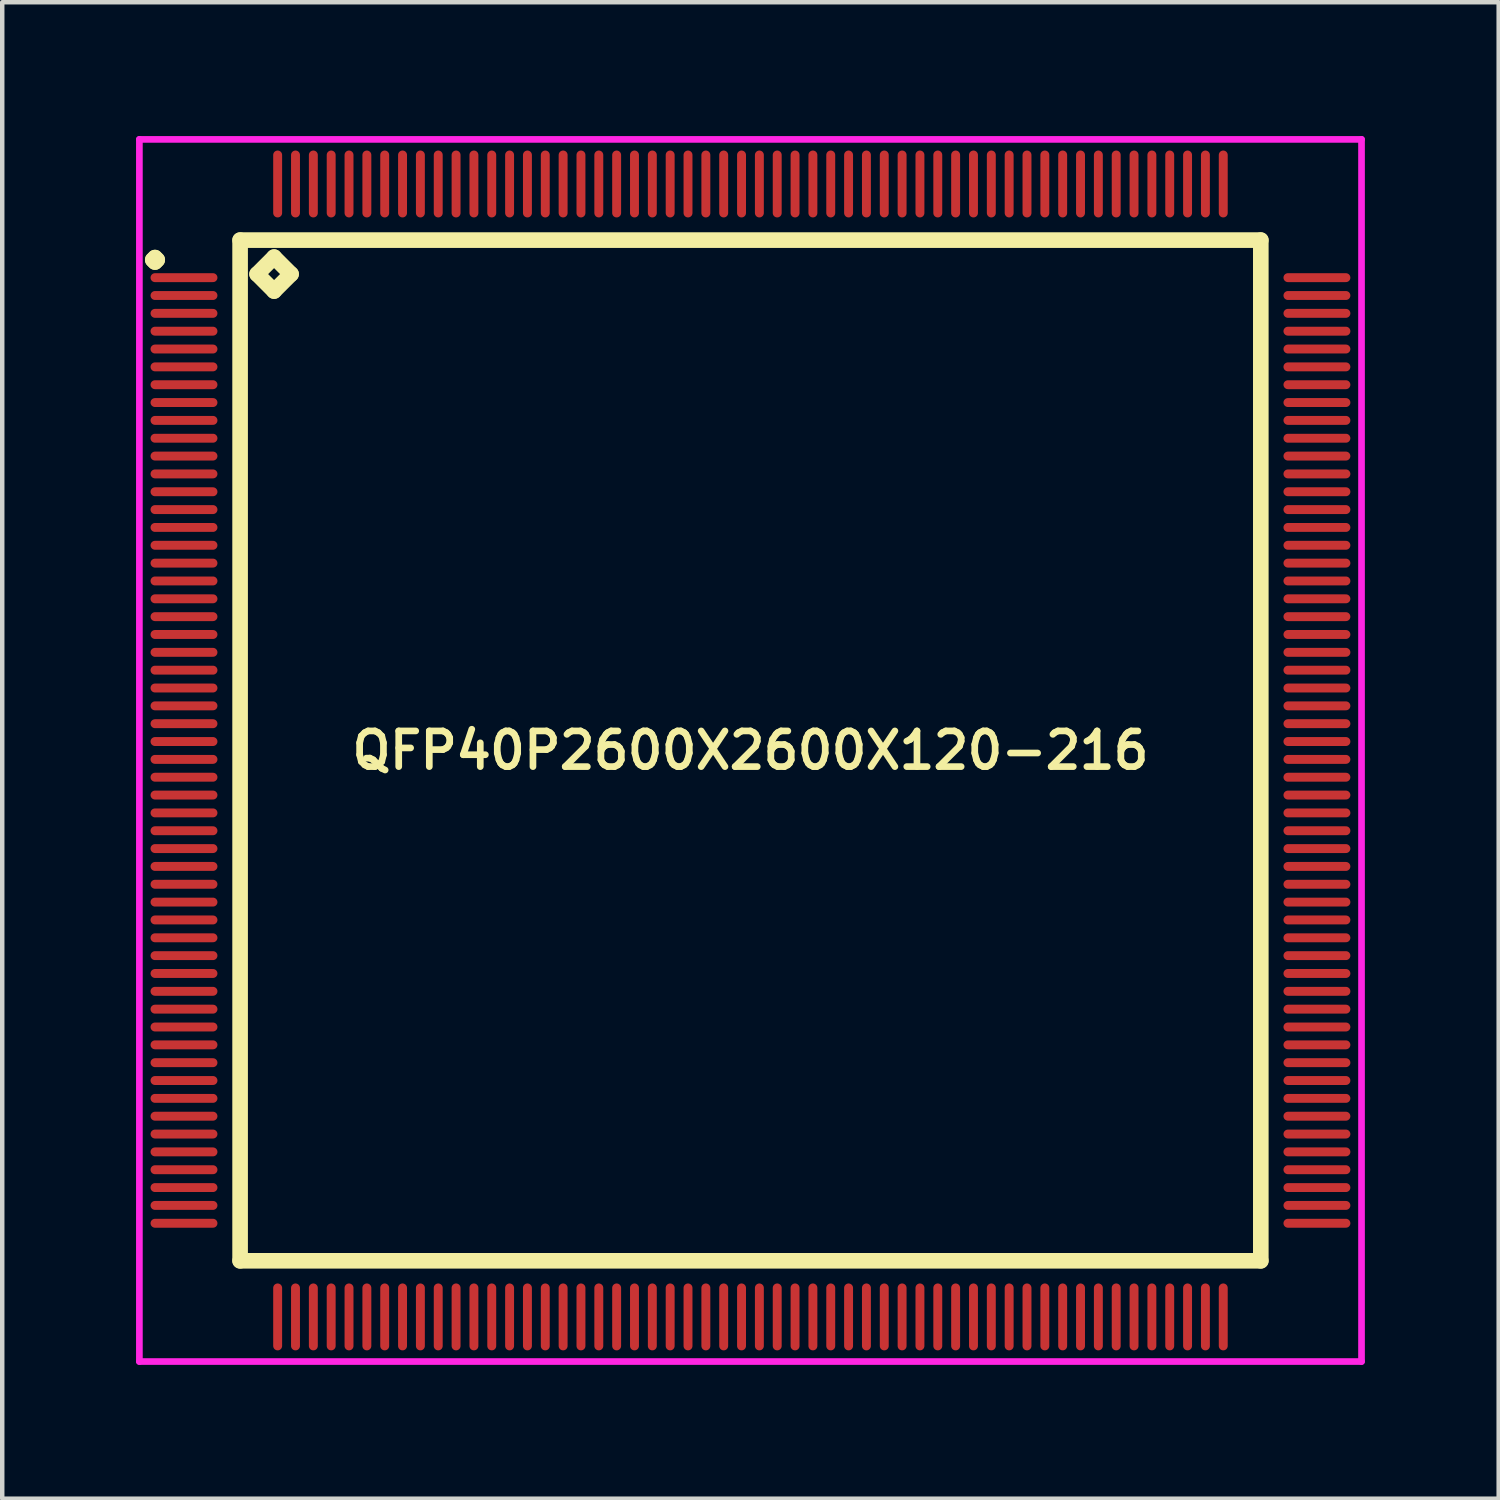
<source format=kicad_pcb>
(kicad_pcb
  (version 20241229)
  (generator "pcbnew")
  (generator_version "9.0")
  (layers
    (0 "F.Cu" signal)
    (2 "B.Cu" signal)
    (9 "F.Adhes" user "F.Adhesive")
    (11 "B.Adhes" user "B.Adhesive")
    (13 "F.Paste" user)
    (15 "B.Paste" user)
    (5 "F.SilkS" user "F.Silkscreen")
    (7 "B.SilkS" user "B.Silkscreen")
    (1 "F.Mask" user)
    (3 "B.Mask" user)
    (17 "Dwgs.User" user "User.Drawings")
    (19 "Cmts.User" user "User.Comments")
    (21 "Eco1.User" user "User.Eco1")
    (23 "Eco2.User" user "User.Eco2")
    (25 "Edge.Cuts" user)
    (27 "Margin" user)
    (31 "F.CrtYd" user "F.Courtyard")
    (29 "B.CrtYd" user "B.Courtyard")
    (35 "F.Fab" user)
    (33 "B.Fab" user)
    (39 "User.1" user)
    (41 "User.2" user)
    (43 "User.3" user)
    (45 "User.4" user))
  (footprint "QFP40P2600X2600X120-216"
    (layer "F.Cu")
    (at 13.775 13.775)
    (property "Reference" "QFP40P2600X2600X120-216" (at 0 0 0) (layer "F.SilkS") (effects (font (size 0.8 0.8) (thickness 0.15))))
    (attr smd)
    (fp_line (start -13.4 -11) (end -13.35 -11.05) (stroke (width 0.35) (type solid)) (layer "F.SilkS"))
    (fp_line (start -13.35 -11.05) (end -13.3 -11) (stroke (width 0.35) (type solid)) (layer "F.SilkS"))
    (fp_line (start -13.35 -10.95) (end -13.4 -11) (stroke (width 0.35) (type solid)) (layer "F.SilkS"))
    (fp_line (start -13.3 -11) (end -13.35 -10.95) (stroke (width 0.35) (type solid)) (layer "F.SilkS"))
    (fp_line (start -11.442 -11.442) (end -11.442 11.442) (stroke (width 0.35) (type solid)) (layer "F.SilkS"))
    (fp_line (start -11.442 11.442) (end 11.442 11.442) (stroke (width 0.35) (type solid)) (layer "F.SilkS"))
    (fp_line (start -11.061 -10.68) (end -10.68 -11.061) (stroke (width 0.35) (type solid)) (layer "F.SilkS"))
    (fp_line (start -10.68 -11.061) (end -10.299 -10.68) (stroke (width 0.35) (type solid)) (layer "F.SilkS"))
    (fp_line (start -10.68 -10.299) (end -11.061 -10.68) (stroke (width 0.35) (type solid)) (layer "F.SilkS"))
    (fp_line (start -10.299 -10.68) (end -10.68 -10.299) (stroke (width 0.35) (type solid)) (layer "F.SilkS"))
    (fp_line (start 11.442 -11.442) (end -11.442 -11.442) (stroke (width 0.35) (type solid)) (layer "F.SilkS"))
    (fp_line (start 11.442 11.442) (end 11.442 -11.442) (stroke (width 0.35) (type solid)) (layer "F.SilkS"))
    (fp_line (start -13.7 -13.7) (end 13.7 -13.7) (stroke (width 0.15) (type solid)) (layer "F.CrtYd"))
    (fp_line (start -13.7 13.7) (end -13.7 -13.7) (stroke (width 0.15) (type solid)) (layer "F.CrtYd"))
    (fp_line (start 13.7 -13.7) (end 13.7 13.7) (stroke (width 0.15) (type solid)) (layer "F.CrtYd"))
    (fp_line (start 13.7 13.7) (end -13.7 13.7) (stroke (width 0.15) (type solid)) (layer "F.CrtYd"))
    (pad "1" smd oval (at -12.7 -10.6) (size 1.5 0.2) (layers "F.Cu" "F.Mask" "F.Paste"))
    (pad "2" smd oval (at -12.7 -10.2) (size 1.5 0.2) (layers "F.Cu" "F.Mask" "F.Paste"))
    (pad "3" smd oval (at -12.7 -9.8) (size 1.5 0.2) (layers "F.Cu" "F.Mask" "F.Paste"))
    (pad "4" smd oval (at -12.7 -9.4) (size 1.5 0.2) (layers "F.Cu" "F.Mask" "F.Paste"))
    (pad "5" smd oval (at -12.7 -9) (size 1.5 0.2) (layers "F.Cu" "F.Mask" "F.Paste"))
    (pad "6" smd oval (at -12.7 -8.6) (size 1.5 0.2) (layers "F.Cu" "F.Mask" "F.Paste"))
    (pad "7" smd oval (at -12.7 -8.2) (size 1.5 0.2) (layers "F.Cu" "F.Mask" "F.Paste"))
    (pad "8" smd oval (at -12.7 -7.8) (size 1.5 0.2) (layers "F.Cu" "F.Mask" "F.Paste"))
    (pad "9" smd oval (at -12.7 -7.4) (size 1.5 0.2) (layers "F.Cu" "F.Mask" "F.Paste"))
    (pad "10" smd oval (at -12.7 -7) (size 1.5 0.2) (layers "F.Cu" "F.Mask" "F.Paste"))
    (pad "11" smd oval (at -12.7 -6.6) (size 1.5 0.2) (layers "F.Cu" "F.Mask" "F.Paste"))
    (pad "12" smd oval (at -12.7 -6.2) (size 1.5 0.2) (layers "F.Cu" "F.Mask" "F.Paste"))
    (pad "13" smd oval (at -12.7 -5.8) (size 1.5 0.2) (layers "F.Cu" "F.Mask" "F.Paste"))
    (pad "14" smd oval (at -12.7 -5.4) (size 1.5 0.2) (layers "F.Cu" "F.Mask" "F.Paste"))
    (pad "15" smd oval (at -12.7 -5) (size 1.5 0.2) (layers "F.Cu" "F.Mask" "F.Paste"))
    (pad "16" smd oval (at -12.7 -4.6) (size 1.5 0.2) (layers "F.Cu" "F.Mask" "F.Paste"))
    (pad "17" smd oval (at -12.7 -4.2) (size 1.5 0.2) (layers "F.Cu" "F.Mask" "F.Paste"))
    (pad "18" smd oval (at -12.7 -3.8) (size 1.5 0.2) (layers "F.Cu" "F.Mask" "F.Paste"))
    (pad "19" smd oval (at -12.7 -3.4) (size 1.5 0.2) (layers "F.Cu" "F.Mask" "F.Paste"))
    (pad "20" smd oval (at -12.7 -3) (size 1.5 0.2) (layers "F.Cu" "F.Mask" "F.Paste"))
    (pad "21" smd oval (at -12.7 -2.6) (size 1.5 0.2) (layers "F.Cu" "F.Mask" "F.Paste"))
    (pad "22" smd oval (at -12.7 -2.2) (size 1.5 0.2) (layers "F.Cu" "F.Mask" "F.Paste"))
    (pad "23" smd oval (at -12.7 -1.8) (size 1.5 0.2) (layers "F.Cu" "F.Mask" "F.Paste"))
    (pad "24" smd oval (at -12.7 -1.4) (size 1.5 0.2) (layers "F.Cu" "F.Mask" "F.Paste"))
    (pad "25" smd oval (at -12.7 -1) (size 1.5 0.2) (layers "F.Cu" "F.Mask" "F.Paste"))
    (pad "26" smd oval (at -12.7 -0.6) (size 1.5 0.2) (layers "F.Cu" "F.Mask" "F.Paste"))
    (pad "27" smd oval (at -12.7 -0.2) (size 1.5 0.2) (layers "F.Cu" "F.Mask" "F.Paste"))
    (pad "28" smd oval (at -12.7 0.2) (size 1.5 0.2) (layers "F.Cu" "F.Mask" "F.Paste"))
    (pad "29" smd oval (at -12.7 0.6) (size 1.5 0.2) (layers "F.Cu" "F.Mask" "F.Paste"))
    (pad "30" smd oval (at -12.7 1) (size 1.5 0.2) (layers "F.Cu" "F.Mask" "F.Paste"))
    (pad "31" smd oval (at -12.7 1.4) (size 1.5 0.2) (layers "F.Cu" "F.Mask" "F.Paste"))
    (pad "32" smd oval (at -12.7 1.8) (size 1.5 0.2) (layers "F.Cu" "F.Mask" "F.Paste"))
    (pad "33" smd oval (at -12.7 2.2) (size 1.5 0.2) (layers "F.Cu" "F.Mask" "F.Paste"))
    (pad "34" smd oval (at -12.7 2.6) (size 1.5 0.2) (layers "F.Cu" "F.Mask" "F.Paste"))
    (pad "35" smd oval (at -12.7 3) (size 1.5 0.2) (layers "F.Cu" "F.Mask" "F.Paste"))
    (pad "36" smd oval (at -12.7 3.4) (size 1.5 0.2) (layers "F.Cu" "F.Mask" "F.Paste"))
    (pad "37" smd oval (at -12.7 3.8) (size 1.5 0.2) (layers "F.Cu" "F.Mask" "F.Paste"))
    (pad "38" smd oval (at -12.7 4.2) (size 1.5 0.2) (layers "F.Cu" "F.Mask" "F.Paste"))
    (pad "39" smd oval (at -12.7 4.6) (size 1.5 0.2) (layers "F.Cu" "F.Mask" "F.Paste"))
    (pad "40" smd oval (at -12.7 5) (size 1.5 0.2) (layers "F.Cu" "F.Mask" "F.Paste"))
    (pad "41" smd oval (at -12.7 5.4) (size 1.5 0.2) (layers "F.Cu" "F.Mask" "F.Paste"))
    (pad "42" smd oval (at -12.7 5.8) (size 1.5 0.2) (layers "F.Cu" "F.Mask" "F.Paste"))
    (pad "43" smd oval (at -12.7 6.2) (size 1.5 0.2) (layers "F.Cu" "F.Mask" "F.Paste"))
    (pad "44" smd oval (at -12.7 6.6) (size 1.5 0.2) (layers "F.Cu" "F.Mask" "F.Paste"))
    (pad "45" smd oval (at -12.7 7) (size 1.5 0.2) (layers "F.Cu" "F.Mask" "F.Paste"))
    (pad "46" smd oval (at -12.7 7.4) (size 1.5 0.2) (layers "F.Cu" "F.Mask" "F.Paste"))
    (pad "47" smd oval (at -12.7 7.8) (size 1.5 0.2) (layers "F.Cu" "F.Mask" "F.Paste"))
    (pad "48" smd oval (at -12.7 8.2) (size 1.5 0.2) (layers "F.Cu" "F.Mask" "F.Paste"))
    (pad "49" smd oval (at -12.7 8.6) (size 1.5 0.2) (layers "F.Cu" "F.Mask" "F.Paste"))
    (pad "50" smd oval (at -12.7 9) (size 1.5 0.2) (layers "F.Cu" "F.Mask" "F.Paste"))
    (pad "51" smd oval (at -12.7 9.4) (size 1.5 0.2) (layers "F.Cu" "F.Mask" "F.Paste"))
    (pad "52" smd oval (at -12.7 9.8) (size 1.5 0.2) (layers "F.Cu" "F.Mask" "F.Paste"))
    (pad "53" smd oval (at -12.7 10.2) (size 1.5 0.2) (layers "F.Cu" "F.Mask" "F.Paste"))
    (pad "54" smd oval (at -12.7 10.6) (size 1.5 0.2) (layers "F.Cu" "F.Mask" "F.Paste"))
    (pad "55" smd oval (at -10.6 12.7) (size 0.2 1.5) (layers "F.Cu" "F.Mask" "F.Paste"))
    (pad "56" smd oval (at -10.2 12.7) (size 0.2 1.5) (layers "F.Cu" "F.Mask" "F.Paste"))
    (pad "57" smd oval (at -9.8 12.7) (size 0.2 1.5) (layers "F.Cu" "F.Mask" "F.Paste"))
    (pad "58" smd oval (at -9.4 12.7) (size 0.2 1.5) (layers "F.Cu" "F.Mask" "F.Paste"))
    (pad "59" smd oval (at -9 12.7) (size 0.2 1.5) (layers "F.Cu" "F.Mask" "F.Paste"))
    (pad "60" smd oval (at -8.6 12.7) (size 0.2 1.5) (layers "F.Cu" "F.Mask" "F.Paste"))
    (pad "61" smd oval (at -8.2 12.7) (size 0.2 1.5) (layers "F.Cu" "F.Mask" "F.Paste"))
    (pad "62" smd oval (at -7.8 12.7) (size 0.2 1.5) (layers "F.Cu" "F.Mask" "F.Paste"))
    (pad "63" smd oval (at -7.4 12.7) (size 0.2 1.5) (layers "F.Cu" "F.Mask" "F.Paste"))
    (pad "64" smd oval (at -7 12.7) (size 0.2 1.5) (layers "F.Cu" "F.Mask" "F.Paste"))
    (pad "65" smd oval (at -6.6 12.7) (size 0.2 1.5) (layers "F.Cu" "F.Mask" "F.Paste"))
    (pad "66" smd oval (at -6.2 12.7) (size 0.2 1.5) (layers "F.Cu" "F.Mask" "F.Paste"))
    (pad "67" smd oval (at -5.8 12.7) (size 0.2 1.5) (layers "F.Cu" "F.Mask" "F.Paste"))
    (pad "68" smd oval (at -5.4 12.7) (size 0.2 1.5) (layers "F.Cu" "F.Mask" "F.Paste"))
    (pad "69" smd oval (at -5 12.7) (size 0.2 1.5) (layers "F.Cu" "F.Mask" "F.Paste"))
    (pad "70" smd oval (at -4.6 12.7) (size 0.2 1.5) (layers "F.Cu" "F.Mask" "F.Paste"))
    (pad "71" smd oval (at -4.2 12.7) (size 0.2 1.5) (layers "F.Cu" "F.Mask" "F.Paste"))
    (pad "72" smd oval (at -3.8 12.7) (size 0.2 1.5) (layers "F.Cu" "F.Mask" "F.Paste"))
    (pad "73" smd oval (at -3.4 12.7) (size 0.2 1.5) (layers "F.Cu" "F.Mask" "F.Paste"))
    (pad "74" smd oval (at -3 12.7) (size 0.2 1.5) (layers "F.Cu" "F.Mask" "F.Paste"))
    (pad "75" smd oval (at -2.6 12.7) (size 0.2 1.5) (layers "F.Cu" "F.Mask" "F.Paste"))
    (pad "76" smd oval (at -2.2 12.7) (size 0.2 1.5) (layers "F.Cu" "F.Mask" "F.Paste"))
    (pad "77" smd oval (at -1.8 12.7) (size 0.2 1.5) (layers "F.Cu" "F.Mask" "F.Paste"))
    (pad "78" smd oval (at -1.4 12.7) (size 0.2 1.5) (layers "F.Cu" "F.Mask" "F.Paste"))
    (pad "79" smd oval (at -1 12.7) (size 0.2 1.5) (layers "F.Cu" "F.Mask" "F.Paste"))
    (pad "80" smd oval (at -0.6 12.7) (size 0.2 1.5) (layers "F.Cu" "F.Mask" "F.Paste"))
    (pad "81" smd oval (at -0.2 12.7) (size 0.2 1.5) (layers "F.Cu" "F.Mask" "F.Paste"))
    (pad "82" smd oval (at 0.2 12.7) (size 0.2 1.5) (layers "F.Cu" "F.Mask" "F.Paste"))
    (pad "83" smd oval (at 0.6 12.7) (size 0.2 1.5) (layers "F.Cu" "F.Mask" "F.Paste"))
    (pad "84" smd oval (at 1 12.7) (size 0.2 1.5) (layers "F.Cu" "F.Mask" "F.Paste"))
    (pad "85" smd oval (at 1.4 12.7) (size 0.2 1.5) (layers "F.Cu" "F.Mask" "F.Paste"))
    (pad "86" smd oval (at 1.8 12.7) (size 0.2 1.5) (layers "F.Cu" "F.Mask" "F.Paste"))
    (pad "87" smd oval (at 2.2 12.7) (size 0.2 1.5) (layers "F.Cu" "F.Mask" "F.Paste"))
    (pad "88" smd oval (at 2.6 12.7) (size 0.2 1.5) (layers "F.Cu" "F.Mask" "F.Paste"))
    (pad "89" smd oval (at 3 12.7) (size 0.2 1.5) (layers "F.Cu" "F.Mask" "F.Paste"))
    (pad "90" smd oval (at 3.4 12.7) (size 0.2 1.5) (layers "F.Cu" "F.Mask" "F.Paste"))
    (pad "91" smd oval (at 3.8 12.7) (size 0.2 1.5) (layers "F.Cu" "F.Mask" "F.Paste"))
    (pad "92" smd oval (at 4.2 12.7) (size 0.2 1.5) (layers "F.Cu" "F.Mask" "F.Paste"))
    (pad "93" smd oval (at 4.6 12.7) (size 0.2 1.5) (layers "F.Cu" "F.Mask" "F.Paste"))
    (pad "94" smd oval (at 5 12.7) (size 0.2 1.5) (layers "F.Cu" "F.Mask" "F.Paste"))
    (pad "95" smd oval (at 5.4 12.7) (size 0.2 1.5) (layers "F.Cu" "F.Mask" "F.Paste"))
    (pad "96" smd oval (at 5.8 12.7) (size 0.2 1.5) (layers "F.Cu" "F.Mask" "F.Paste"))
    (pad "97" smd oval (at 6.2 12.7) (size 0.2 1.5) (layers "F.Cu" "F.Mask" "F.Paste"))
    (pad "98" smd oval (at 6.6 12.7) (size 0.2 1.5) (layers "F.Cu" "F.Mask" "F.Paste"))
    (pad "99" smd oval (at 7 12.7) (size 0.2 1.5) (layers "F.Cu" "F.Mask" "F.Paste"))
    (pad "100" smd oval (at 7.4 12.7) (size 0.2 1.5) (layers "F.Cu" "F.Mask" "F.Paste"))
    (pad "101" smd oval (at 7.8 12.7) (size 0.2 1.5) (layers "F.Cu" "F.Mask" "F.Paste"))
    (pad "102" smd oval (at 8.2 12.7) (size 0.2 1.5) (layers "F.Cu" "F.Mask" "F.Paste"))
    (pad "103" smd oval (at 8.6 12.7) (size 0.2 1.5) (layers "F.Cu" "F.Mask" "F.Paste"))
    (pad "104" smd oval (at 9 12.7) (size 0.2 1.5) (layers "F.Cu" "F.Mask" "F.Paste"))
    (pad "105" smd oval (at 9.4 12.7) (size 0.2 1.5) (layers "F.Cu" "F.Mask" "F.Paste"))
    (pad "106" smd oval (at 9.8 12.7) (size 0.2 1.5) (layers "F.Cu" "F.Mask" "F.Paste"))
    (pad "107" smd oval (at 10.2 12.7) (size 0.2 1.5) (layers "F.Cu" "F.Mask" "F.Paste"))
    (pad "108" smd oval (at 10.6 12.7) (size 0.2 1.5) (layers "F.Cu" "F.Mask" "F.Paste"))
    (pad "109" smd oval (at 12.7 10.6) (size 1.5 0.2) (layers "F.Cu" "F.Mask" "F.Paste"))
    (pad "110" smd oval (at 12.7 10.2) (size 1.5 0.2) (layers "F.Cu" "F.Mask" "F.Paste"))
    (pad "111" smd oval (at 12.7 9.8) (size 1.5 0.2) (layers "F.Cu" "F.Mask" "F.Paste"))
    (pad "112" smd oval (at 12.7 9.4) (size 1.5 0.2) (layers "F.Cu" "F.Mask" "F.Paste"))
    (pad "113" smd oval (at 12.7 9) (size 1.5 0.2) (layers "F.Cu" "F.Mask" "F.Paste"))
    (pad "114" smd oval (at 12.7 8.6) (size 1.5 0.2) (layers "F.Cu" "F.Mask" "F.Paste"))
    (pad "115" smd oval (at 12.7 8.2) (size 1.5 0.2) (layers "F.Cu" "F.Mask" "F.Paste"))
    (pad "116" smd oval (at 12.7 7.8) (size 1.5 0.2) (layers "F.Cu" "F.Mask" "F.Paste"))
    (pad "117" smd oval (at 12.7 7.4) (size 1.5 0.2) (layers "F.Cu" "F.Mask" "F.Paste"))
    (pad "118" smd oval (at 12.7 7) (size 1.5 0.2) (layers "F.Cu" "F.Mask" "F.Paste"))
    (pad "119" smd oval (at 12.7 6.6) (size 1.5 0.2) (layers "F.Cu" "F.Mask" "F.Paste"))
    (pad "120" smd oval (at 12.7 6.2) (size 1.5 0.2) (layers "F.Cu" "F.Mask" "F.Paste"))
    (pad "121" smd oval (at 12.7 5.8) (size 1.5 0.2) (layers "F.Cu" "F.Mask" "F.Paste"))
    (pad "122" smd oval (at 12.7 5.4) (size 1.5 0.2) (layers "F.Cu" "F.Mask" "F.Paste"))
    (pad "123" smd oval (at 12.7 5) (size 1.5 0.2) (layers "F.Cu" "F.Mask" "F.Paste"))
    (pad "124" smd oval (at 12.7 4.6) (size 1.5 0.2) (layers "F.Cu" "F.Mask" "F.Paste"))
    (pad "125" smd oval (at 12.7 4.2) (size 1.5 0.2) (layers "F.Cu" "F.Mask" "F.Paste"))
    (pad "126" smd oval (at 12.7 3.8) (size 1.5 0.2) (layers "F.Cu" "F.Mask" "F.Paste"))
    (pad "127" smd oval (at 12.7 3.4) (size 1.5 0.2) (layers "F.Cu" "F.Mask" "F.Paste"))
    (pad "128" smd oval (at 12.7 3) (size 1.5 0.2) (layers "F.Cu" "F.Mask" "F.Paste"))
    (pad "129" smd oval (at 12.7 2.6) (size 1.5 0.2) (layers "F.Cu" "F.Mask" "F.Paste"))
    (pad "130" smd oval (at 12.7 2.2) (size 1.5 0.2) (layers "F.Cu" "F.Mask" "F.Paste"))
    (pad "131" smd oval (at 12.7 1.8) (size 1.5 0.2) (layers "F.Cu" "F.Mask" "F.Paste"))
    (pad "132" smd oval (at 12.7 1.4) (size 1.5 0.2) (layers "F.Cu" "F.Mask" "F.Paste"))
    (pad "133" smd oval (at 12.7 1) (size 1.5 0.2) (layers "F.Cu" "F.Mask" "F.Paste"))
    (pad "134" smd oval (at 12.7 0.6) (size 1.5 0.2) (layers "F.Cu" "F.Mask" "F.Paste"))
    (pad "135" smd oval (at 12.7 0.2) (size 1.5 0.2) (layers "F.Cu" "F.Mask" "F.Paste"))
    (pad "136" smd oval (at 12.7 -0.2) (size 1.5 0.2) (layers "F.Cu" "F.Mask" "F.Paste"))
    (pad "137" smd oval (at 12.7 -0.6) (size 1.5 0.2) (layers "F.Cu" "F.Mask" "F.Paste"))
    (pad "138" smd oval (at 12.7 -1) (size 1.5 0.2) (layers "F.Cu" "F.Mask" "F.Paste"))
    (pad "139" smd oval (at 12.7 -1.4) (size 1.5 0.2) (layers "F.Cu" "F.Mask" "F.Paste"))
    (pad "140" smd oval (at 12.7 -1.8) (size 1.5 0.2) (layers "F.Cu" "F.Mask" "F.Paste"))
    (pad "141" smd oval (at 12.7 -2.2) (size 1.5 0.2) (layers "F.Cu" "F.Mask" "F.Paste"))
    (pad "142" smd oval (at 12.7 -2.6) (size 1.5 0.2) (layers "F.Cu" "F.Mask" "F.Paste"))
    (pad "143" smd oval (at 12.7 -3) (size 1.5 0.2) (layers "F.Cu" "F.Mask" "F.Paste"))
    (pad "144" smd oval (at 12.7 -3.4) (size 1.5 0.2) (layers "F.Cu" "F.Mask" "F.Paste"))
    (pad "145" smd oval (at 12.7 -3.8) (size 1.5 0.2) (layers "F.Cu" "F.Mask" "F.Paste"))
    (pad "146" smd oval (at 12.7 -4.2) (size 1.5 0.2) (layers "F.Cu" "F.Mask" "F.Paste"))
    (pad "147" smd oval (at 12.7 -4.6) (size 1.5 0.2) (layers "F.Cu" "F.Mask" "F.Paste"))
    (pad "148" smd oval (at 12.7 -5) (size 1.5 0.2) (layers "F.Cu" "F.Mask" "F.Paste"))
    (pad "149" smd oval (at 12.7 -5.4) (size 1.5 0.2) (layers "F.Cu" "F.Mask" "F.Paste"))
    (pad "150" smd oval (at 12.7 -5.8) (size 1.5 0.2) (layers "F.Cu" "F.Mask" "F.Paste"))
    (pad "151" smd oval (at 12.7 -6.2) (size 1.5 0.2) (layers "F.Cu" "F.Mask" "F.Paste"))
    (pad "152" smd oval (at 12.7 -6.6) (size 1.5 0.2) (layers "F.Cu" "F.Mask" "F.Paste"))
    (pad "153" smd oval (at 12.7 -7) (size 1.5 0.2) (layers "F.Cu" "F.Mask" "F.Paste"))
    (pad "154" smd oval (at 12.7 -7.4) (size 1.5 0.2) (layers "F.Cu" "F.Mask" "F.Paste"))
    (pad "155" smd oval (at 12.7 -7.8) (size 1.5 0.2) (layers "F.Cu" "F.Mask" "F.Paste"))
    (pad "156" smd oval (at 12.7 -8.2) (size 1.5 0.2) (layers "F.Cu" "F.Mask" "F.Paste"))
    (pad "157" smd oval (at 12.7 -8.6) (size 1.5 0.2) (layers "F.Cu" "F.Mask" "F.Paste"))
    (pad "158" smd oval (at 12.7 -9) (size 1.5 0.2) (layers "F.Cu" "F.Mask" "F.Paste"))
    (pad "159" smd oval (at 12.7 -9.4) (size 1.5 0.2) (layers "F.Cu" "F.Mask" "F.Paste"))
    (pad "160" smd oval (at 12.7 -9.8) (size 1.5 0.2) (layers "F.Cu" "F.Mask" "F.Paste"))
    (pad "161" smd oval (at 12.7 -10.2) (size 1.5 0.2) (layers "F.Cu" "F.Mask" "F.Paste"))
    (pad "162" smd oval (at 12.7 -10.6) (size 1.5 0.2) (layers "F.Cu" "F.Mask" "F.Paste"))
    (pad "163" smd oval (at 10.6 -12.7) (size 0.2 1.5) (layers "F.Cu" "F.Mask" "F.Paste"))
    (pad "164" smd oval (at 10.2 -12.7) (size 0.2 1.5) (layers "F.Cu" "F.Mask" "F.Paste"))
    (pad "165" smd oval (at 9.8 -12.7) (size 0.2 1.5) (layers "F.Cu" "F.Mask" "F.Paste"))
    (pad "166" smd oval (at 9.4 -12.7) (size 0.2 1.5) (layers "F.Cu" "F.Mask" "F.Paste"))
    (pad "167" smd oval (at 9 -12.7) (size 0.2 1.5) (layers "F.Cu" "F.Mask" "F.Paste"))
    (pad "168" smd oval (at 8.6 -12.7) (size 0.2 1.5) (layers "F.Cu" "F.Mask" "F.Paste"))
    (pad "169" smd oval (at 8.2 -12.7) (size 0.2 1.5) (layers "F.Cu" "F.Mask" "F.Paste"))
    (pad "170" smd oval (at 7.8 -12.7) (size 0.2 1.5) (layers "F.Cu" "F.Mask" "F.Paste"))
    (pad "171" smd oval (at 7.4 -12.7) (size 0.2 1.5) (layers "F.Cu" "F.Mask" "F.Paste"))
    (pad "172" smd oval (at 7 -12.7) (size 0.2 1.5) (layers "F.Cu" "F.Mask" "F.Paste"))
    (pad "173" smd oval (at 6.6 -12.7) (size 0.2 1.5) (layers "F.Cu" "F.Mask" "F.Paste"))
    (pad "174" smd oval (at 6.2 -12.7) (size 0.2 1.5) (layers "F.Cu" "F.Mask" "F.Paste"))
    (pad "175" smd oval (at 5.8 -12.7) (size 0.2 1.5) (layers "F.Cu" "F.Mask" "F.Paste"))
    (pad "176" smd oval (at 5.4 -12.7) (size 0.2 1.5) (layers "F.Cu" "F.Mask" "F.Paste"))
    (pad "177" smd oval (at 5 -12.7) (size 0.2 1.5) (layers "F.Cu" "F.Mask" "F.Paste"))
    (pad "178" smd oval (at 4.6 -12.7) (size 0.2 1.5) (layers "F.Cu" "F.Mask" "F.Paste"))
    (pad "179" smd oval (at 4.2 -12.7) (size 0.2 1.5) (layers "F.Cu" "F.Mask" "F.Paste"))
    (pad "180" smd oval (at 3.8 -12.7) (size 0.2 1.5) (layers "F.Cu" "F.Mask" "F.Paste"))
    (pad "181" smd oval (at 3.4 -12.7) (size 0.2 1.5) (layers "F.Cu" "F.Mask" "F.Paste"))
    (pad "182" smd oval (at 3 -12.7) (size 0.2 1.5) (layers "F.Cu" "F.Mask" "F.Paste"))
    (pad "183" smd oval (at 2.6 -12.7) (size 0.2 1.5) (layers "F.Cu" "F.Mask" "F.Paste"))
    (pad "184" smd oval (at 2.2 -12.7) (size 0.2 1.5) (layers "F.Cu" "F.Mask" "F.Paste"))
    (pad "185" smd oval (at 1.8 -12.7) (size 0.2 1.5) (layers "F.Cu" "F.Mask" "F.Paste"))
    (pad "186" smd oval (at 1.4 -12.7) (size 0.2 1.5) (layers "F.Cu" "F.Mask" "F.Paste"))
    (pad "187" smd oval (at 1 -12.7) (size 0.2 1.5) (layers "F.Cu" "F.Mask" "F.Paste"))
    (pad "188" smd oval (at 0.6 -12.7) (size 0.2 1.5) (layers "F.Cu" "F.Mask" "F.Paste"))
    (pad "189" smd oval (at 0.2 -12.7) (size 0.2 1.5) (layers "F.Cu" "F.Mask" "F.Paste"))
    (pad "190" smd oval (at -0.2 -12.7) (size 0.2 1.5) (layers "F.Cu" "F.Mask" "F.Paste"))
    (pad "191" smd oval (at -0.6 -12.7) (size 0.2 1.5) (layers "F.Cu" "F.Mask" "F.Paste"))
    (pad "192" smd oval (at -1 -12.7) (size 0.2 1.5) (layers "F.Cu" "F.Mask" "F.Paste"))
    (pad "193" smd oval (at -1.4 -12.7) (size 0.2 1.5) (layers "F.Cu" "F.Mask" "F.Paste"))
    (pad "194" smd oval (at -1.8 -12.7) (size 0.2 1.5) (layers "F.Cu" "F.Mask" "F.Paste"))
    (pad "195" smd oval (at -2.2 -12.7) (size 0.2 1.5) (layers "F.Cu" "F.Mask" "F.Paste"))
    (pad "196" smd oval (at -2.6 -12.7) (size 0.2 1.5) (layers "F.Cu" "F.Mask" "F.Paste"))
    (pad "197" smd oval (at -3 -12.7) (size 0.2 1.5) (layers "F.Cu" "F.Mask" "F.Paste"))
    (pad "198" smd oval (at -3.4 -12.7) (size 0.2 1.5) (layers "F.Cu" "F.Mask" "F.Paste"))
    (pad "199" smd oval (at -3.8 -12.7) (size 0.2 1.5) (layers "F.Cu" "F.Mask" "F.Paste"))
    (pad "200" smd oval (at -4.2 -12.7) (size 0.2 1.5) (layers "F.Cu" "F.Mask" "F.Paste"))
    (pad "201" smd oval (at -4.6 -12.7) (size 0.2 1.5) (layers "F.Cu" "F.Mask" "F.Paste"))
    (pad "202" smd oval (at -5 -12.7) (size 0.2 1.5) (layers "F.Cu" "F.Mask" "F.Paste"))
    (pad "203" smd oval (at -5.4 -12.7) (size 0.2 1.5) (layers "F.Cu" "F.Mask" "F.Paste"))
    (pad "204" smd oval (at -5.8 -12.7) (size 0.2 1.5) (layers "F.Cu" "F.Mask" "F.Paste"))
    (pad "205" smd oval (at -6.2 -12.7) (size 0.2 1.5) (layers "F.Cu" "F.Mask" "F.Paste"))
    (pad "206" smd oval (at -6.6 -12.7) (size 0.2 1.5) (layers "F.Cu" "F.Mask" "F.Paste"))
    (pad "207" smd oval (at -7 -12.7) (size 0.2 1.5) (layers "F.Cu" "F.Mask" "F.Paste"))
    (pad "208" smd oval (at -7.4 -12.7) (size 0.2 1.5) (layers "F.Cu" "F.Mask" "F.Paste"))
    (pad "209" smd oval (at -7.8 -12.7) (size 0.2 1.5) (layers "F.Cu" "F.Mask" "F.Paste"))
    (pad "210" smd oval (at -8.2 -12.7) (size 0.2 1.5) (layers "F.Cu" "F.Mask" "F.Paste"))
    (pad "211" smd oval (at -8.6 -12.7) (size 0.2 1.5) (layers "F.Cu" "F.Mask" "F.Paste"))
    (pad "212" smd oval (at -9 -12.7) (size 0.2 1.5) (layers "F.Cu" "F.Mask" "F.Paste"))
    (pad "213" smd oval (at -9.4 -12.7) (size 0.2 1.5) (layers "F.Cu" "F.Mask" "F.Paste"))
    (pad "214" smd oval (at -9.8 -12.7) (size 0.2 1.5) (layers "F.Cu" "F.Mask" "F.Paste"))
    (pad "215" smd oval (at -10.2 -12.7) (size 0.2 1.5) (layers "F.Cu" "F.Mask" "F.Paste"))
    (pad "216" smd oval (at -10.6 -12.7) (size 0.2 1.5) (layers "F.Cu" "F.Mask" "F.Paste")))
  (gr_rect
    (start -3 -3)
    (end 30.55 30.55)
    (stroke (width 0.1) (type default))
    (fill no)
    (layer "Edge.Cuts")))
</source>
